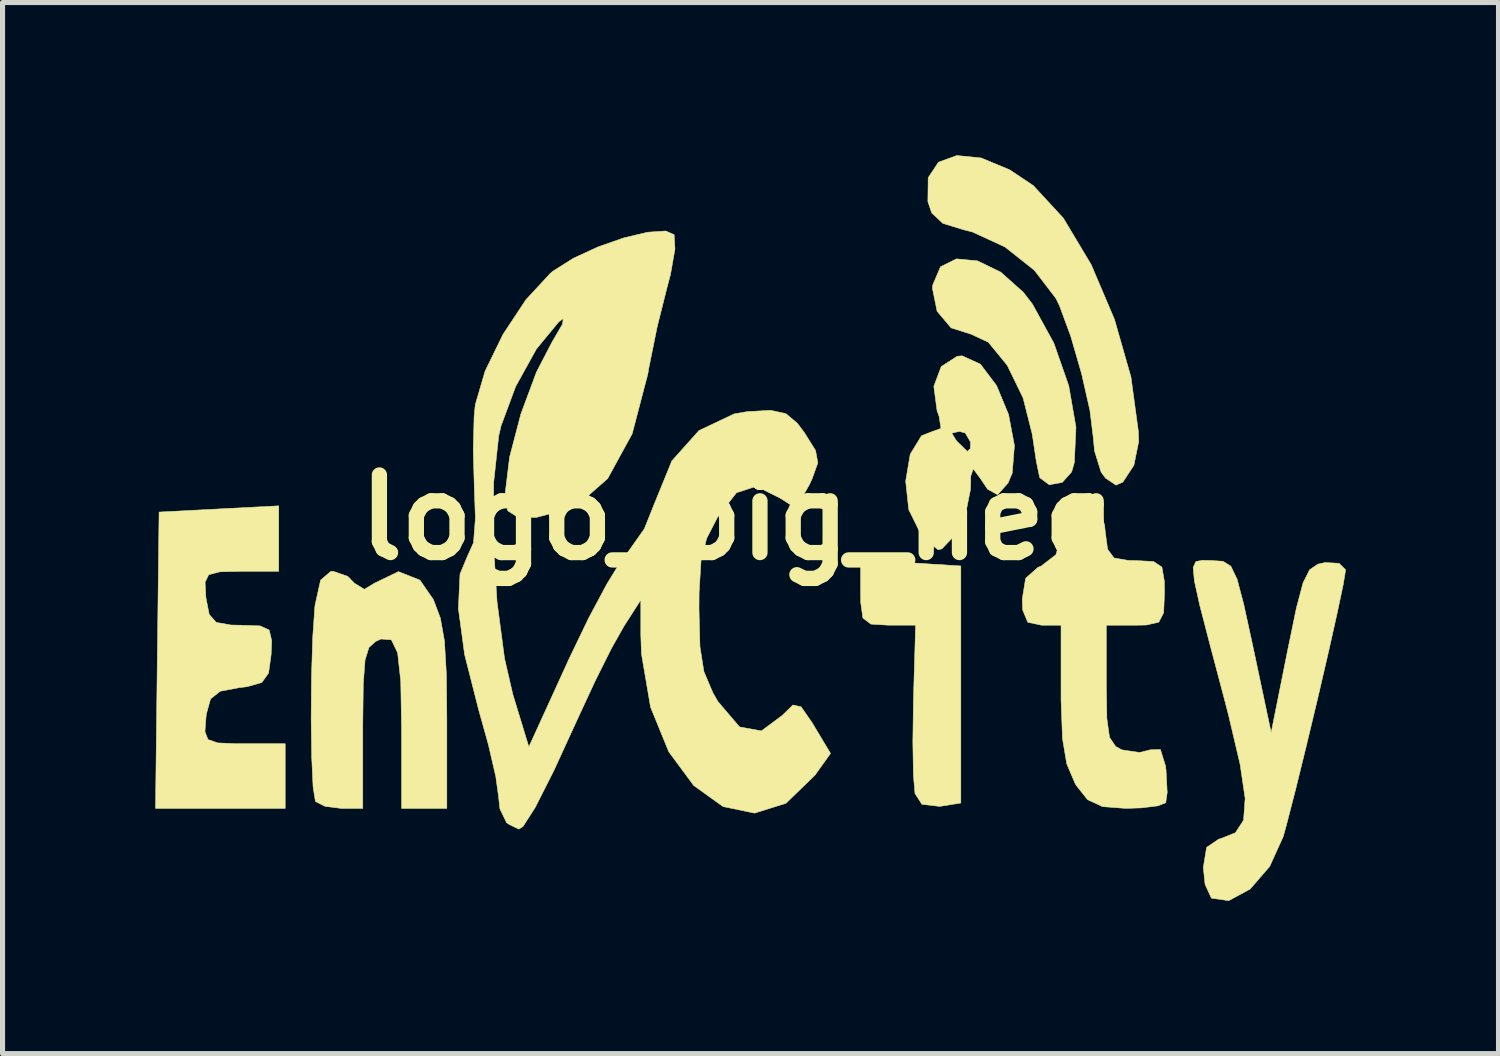
<source format=kicad_pcb>
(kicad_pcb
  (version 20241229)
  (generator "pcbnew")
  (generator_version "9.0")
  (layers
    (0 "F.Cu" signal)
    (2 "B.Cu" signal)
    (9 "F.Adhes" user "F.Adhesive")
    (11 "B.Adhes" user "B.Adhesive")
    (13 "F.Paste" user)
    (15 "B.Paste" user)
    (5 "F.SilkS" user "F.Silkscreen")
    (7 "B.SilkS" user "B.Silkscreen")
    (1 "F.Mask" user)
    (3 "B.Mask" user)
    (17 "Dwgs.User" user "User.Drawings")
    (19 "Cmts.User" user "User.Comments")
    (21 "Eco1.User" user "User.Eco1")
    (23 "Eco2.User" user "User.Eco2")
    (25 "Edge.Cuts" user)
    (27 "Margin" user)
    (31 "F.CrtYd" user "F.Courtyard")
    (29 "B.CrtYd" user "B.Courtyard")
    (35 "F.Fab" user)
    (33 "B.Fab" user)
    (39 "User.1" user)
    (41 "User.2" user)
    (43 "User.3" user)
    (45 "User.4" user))
  (footprint "logo_big_neg"
    (layer "F.Cu")
    (at 11.442 7.114)
    (property "Reference" "logo_big_neg" (at 0 0 0) (layer "F.SilkS") (effects (font (size 1.524 1.524) (thickness 0.3))))
    (attr through_hole)
    (fp_poly (pts (xy 3.397 0.891) (xy 4.381 0.953) (xy 4.381 5.609) (xy 3.968 5.676) (xy 3.617 5.635) (xy 3.481 5.423) (xy 3.45 5.061) (xy 3.439 4.415) (xy 3.45 3.624) (xy 3.45 3.61) (xy 3.493 2.116) (xy 2.953 2.116) (xy 2.614 2.095) (xy 2.458 1.976) (xy 2.415 1.673) (xy 2.413 1.473) (xy 2.413 0.829) (xy 3.397 0.891)) (stroke (width 0.01) (type solid)) (fill yes) (layer "F.SilkS"))
    (fp_poly (pts (xy 4.709 -5.04) (xy 5.166 -4.818) (xy 5.607 -4.425) (xy 5.788 -4.191) (xy 6.208 -3.425) (xy 6.501 -2.586) (xy 6.643 -1.771) (xy 6.611 -1.08) (xy 6.558 -0.894) (xy 6.373 -0.688) (xy 6.117 -0.642) (xy 5.934 -0.779) (xy 5.928 -0.794) (xy 5.865 -1.095) (xy 5.788 -1.608) (xy 5.783 -1.641) (xy 5.604 -2.349) (xy 5.293 -2.988) (xy 4.921 -3.442) (xy 4.587 -3.598) (xy 4.19 -3.724) (xy 3.915 -4.05) (xy 3.824 -4.497) (xy 3.829 -4.565) (xy 3.982 -4.924) (xy 4.295 -5.079) (xy 4.709 -5.04)) (stroke (width 0.01) (type solid)) (fill yes) (layer "F.SilkS"))
    (fp_poly (pts (xy 4.781 -7.061) (xy 5.34 -6.829) (xy 5.806 -6.518) (xy 6.396 -5.878) (xy 6.942 -4.966) (xy 7.399 -3.891) (xy 7.723 -2.759) (xy 7.87 -1.678) (xy 7.874 -1.486) (xy 7.781 -1.026) (xy 7.565 -0.695) (xy 7.429 -0.635) (xy 7.225 -0.771) (xy 7.137 -0.889) (xy 7.008 -1.304) (xy 6.982 -1.577) (xy 6.917 -2.103) (xy 6.755 -2.818) (xy 6.541 -3.557) (xy 6.319 -4.159) (xy 6.248 -4.305) (xy 5.826 -4.855) (xy 5.248 -5.313) (xy 4.608 -5.608) (xy 4.439 -5.65) (xy 4.029 -5.776) (xy 3.81 -5.98) (xy 3.734 -6.204) (xy 3.74 -6.674) (xy 3.942 -6.978) (xy 4.302 -7.109) (xy 4.781 -7.061)) (stroke (width 0.01) (type solid)) (fill yes) (layer "F.SilkS"))
    (fp_poly (pts (xy -9.017 1.058) (xy -9.761 1.058) (xy -10.176 1.068) (xy -10.392 1.125) (xy -10.464 1.273) (xy -10.449 1.554) (xy -10.445 1.587) (xy -10.383 1.905) (xy -10.244 2.062) (xy -9.956 2.113) (xy -9.756 2.117) (xy -9.383 2.13) (xy -9.204 2.212) (xy -9.155 2.422) (xy -9.167 2.699) (xy -9.217 3.058) (xy -9.349 3.242) (xy -9.635 3.324) (xy -9.797 3.344) (xy -10.167 3.414) (xy -10.356 3.564) (xy -10.438 3.858) (xy -10.446 3.927) (xy -10.466 4.207) (xy -10.407 4.362) (xy -10.215 4.429) (xy -9.838 4.445) (xy -9.698 4.445) (xy -8.89 4.445) (xy -8.89 5.715) (xy -11.437 5.715) (xy -11.367 -0.106) (xy -10.192 -0.167) (xy -9.017 -0.228) (xy -9.017 1.058)) (stroke (width 0.01) (type solid)) (fill yes) (layer "F.SilkS"))
    (fp_poly (pts (xy -7.66 1.158) (xy -7.532 1.29) (xy -7.335 1.412) (xy -7.134 1.29) (xy -6.665 1.064) (xy -6.243 1.232) (xy -5.978 1.616) (xy -5.842 1.977) (xy -5.762 2.426) (xy -5.724 3.078) (xy -5.715 3.944) (xy -5.715 5.715) (xy -6.604 5.715) (xy -6.604 4.14) (xy -6.62 3.219) (xy -6.681 2.66) (xy -6.805 2.403) (xy -7.008 2.388) (xy -7.113 2.435) (xy -7.244 2.553) (xy -7.321 2.797) (xy -7.356 3.264) (xy -7.366 4.049) (xy -7.366 4.142) (xy -7.366 5.715) (xy -7.789 5.715) (xy -8.103 5.676) (xy -8.292 5.582) (xy -8.297 5.574) (xy -8.342 5.295) (xy -8.369 4.714) (xy -8.38 3.95) (xy -8.373 3.123) (xy -8.349 2.355) (xy -8.308 1.763) (xy -8.303 1.72) (xy -8.194 1.23) (xy -7.997 1.062) (xy -7.947 1.058) (xy -7.66 1.158)) (stroke (width 0.01) (type solid)) (fill yes) (layer "F.SilkS"))
    (fp_poly (pts (xy 4.766 -3.011) (xy 5.083 -2.591) (xy 5.319 -2.022) (xy 5.434 -1.413) (xy 5.391 -0.871) (xy 5.309 -0.677) (xy 5.104 -0.446) (xy 4.906 -0.555) (xy 4.772 -0.756) (xy 4.625 -0.955) (xy 4.576 -0.812) (xy 4.572 -0.556) (xy 4.48 -0.096) (xy 4.263 0.35) (xy 4.01 0.616) (xy 3.937 0.635) (xy 3.792 0.526) (xy 3.584 0.305) (xy 3.358 -0.155) (xy 3.298 -0.714) (xy 3.387 -1.241) (xy 3.609 -1.605) (xy 3.738 -1.655) (xy 4.203 -1.655) (xy 4.294 -1.508) (xy 4.318 -1.482) (xy 4.509 -1.297) (xy 4.568 -1.352) (xy 4.572 -1.482) (xy 4.467 -1.66) (xy 4.35 -1.69) (xy 4.203 -1.655) (xy 3.738 -1.655) (xy 3.836 -1.693) (xy 3.991 -1.748) (xy 3.955 -1.985) (xy 3.914 -2.099) (xy 3.851 -2.576) (xy 3.997 -2.964) (xy 4.307 -3.165) (xy 4.407 -3.175) (xy 4.766 -3.011)) (stroke (width 0.01) (type solid)) (fill yes) (layer "F.SilkS"))
    (fp_poly (pts (xy 9.311 0.847) (xy 9.532 0.861) (xy 9.685 0.957) (xy 9.808 1.214) (xy 9.939 1.71) (xy 10.117 2.527) (xy 10.119 2.537) (xy 10.477 4.227) (xy 10.805 2.59) (xy 10.973 1.778) (xy 11.103 1.286) (xy 11.232 1.028) (xy 11.394 0.918) (xy 11.535 0.886) (xy 11.811 0.901) (xy 11.937 1.026) (xy 11.938 1.041) (xy 11.893 1.314) (xy 11.772 1.887) (xy 11.597 2.667) (xy 11.389 3.563) (xy 11.169 4.481) (xy 10.96 5.332) (xy 10.782 6.022) (xy 10.715 6.266) (xy 10.448 6.856) (xy 10.062 7.301) (xy 9.644 7.527) (xy 9.303 7.478) (xy 9.179 7.208) (xy 9.144 6.876) (xy 9.209 6.481) (xy 9.449 6.318) (xy 9.48 6.311) (xy 9.774 6.194) (xy 9.935 5.948) (xy 9.966 5.519) (xy 9.867 4.849) (xy 9.64 3.884) (xy 9.552 3.545) (xy 9.267 2.468) (xy 9.074 1.723) (xy 8.969 1.247) (xy 8.945 0.982) (xy 8.998 0.867) (xy 9.123 0.842) (xy 9.311 0.847)) (stroke (width 0.01) (type solid)) (fill yes) (layer "F.SilkS"))
    (fp_poly (pts (xy 6.825 -0.385) (xy 7.097 -0.234) (xy 7.207 0.163) (xy 7.216 0.265) (xy 7.264 0.626) (xy 7.391 0.796) (xy 7.672 0.845) (xy 7.819 0.847) (xy 8.167 0.866) (xy 8.331 0.975) (xy 8.379 1.254) (xy 8.382 1.482) (xy 8.365 1.872) (xy 8.27 2.057) (xy 8.026 2.113) (xy 7.811 2.117) (xy 7.239 2.117) (xy 7.239 3.277) (xy 7.25 3.953) (xy 7.302 4.321) (xy 7.423 4.499) (xy 7.547 4.566) (xy 7.892 4.617) (xy 8.103 4.564) (xy 8.302 4.559) (xy 8.402 4.882) (xy 8.412 4.963) (xy 8.435 5.403) (xy 8.406 5.604) (xy 8.253 5.665) (xy 7.925 5.705) (xy 7.621 5.715) (xy 7.165 5.68) (xy 6.871 5.544) (xy 6.649 5.265) (xy 6.626 5.225) (xy 6.462 4.841) (xy 6.378 4.341) (xy 6.35 3.584) (xy 6.35 3.426) (xy 6.35 2.117) (xy 5.969 2.117) (xy 5.696 2.059) (xy 5.596 1.817) (xy 5.588 1.604) (xy 5.654 1.195) (xy 5.895 0.981) (xy 5.955 0.958) (xy 6.249 0.732) (xy 6.389 0.254) (xy 6.398 0.186) (xy 6.486 -0.26) (xy 6.657 -0.399) (xy 6.825 -0.385)) (stroke (width 0.01) (type solid)) (fill yes) (layer "F.SilkS"))
    (fp_poly (pts (xy -1.25 -5.554) (xy -1.234 -5.272) (xy -1.322 -4.772) (xy -1.384 -4.539) (xy -1.581 -3.755) (xy -1.75 -2.923) (xy -1.768 -2.814) (xy -2.075 -1.642) (xy -2.556 -0.763) (xy -3.191 -0.206) (xy -3.954 -0.001) (xy -3.996 0) (xy -4.352 -0.024) (xy -4.52 -0.132) (xy -4.568 -0.379) (xy -4.569 -0.476) (xy -4.482 -1.186) (xy -4.261 -2.031) (xy -3.954 -2.856) (xy -3.652 -3.439) (xy -3.444 -3.795) (xy -3.427 -3.905) (xy -3.513 -3.846) (xy -3.954 -3.311) (xy -4.362 -2.575) (xy -4.65 -1.8) (xy -4.696 -1.602) (xy -4.795 -0.689) (xy -4.803 0.452) (xy -4.729 1.658) (xy -4.582 2.769) (xy -4.419 3.475) (xy -4.104 4.507) (xy -3.304 2.756) (xy -2.93 1.979) (xy -2.569 1.303) (xy -2.273 0.822) (xy -2.144 0.661) (xy -1.836 0.225) (xy -1.635 -0.277) (xy -1.295 -1.111) (xy -0.763 -1.706) (xy -0.072 -2.034) (xy 0.183 -2.078) (xy 0.645 -2.104) (xy 0.945 -2.039) (xy 1.171 -1.849) (xy 1.31 -1.663) (xy 1.528 -1.315) (xy 1.572 -1.072) (xy 1.459 -0.757) (xy 1.407 -0.645) (xy 1.21 -0.298) (xy 1.019 -0.26) (xy 0.831 -0.38) (xy 0.364 -0.612) (xy -0.026 -0.485) (xy -0.391 -0.016) (xy -0.611 0.41) (xy -0.722 0.85) (xy -0.76 1.475) (xy -0.762 1.799) (xy -0.743 2.54) (xy -0.665 3.03) (xy -0.49 3.442) (xy -0.391 3.615) (xy 0.035 4.115) (xy 0.464 4.193) (xy 0.873 3.889) (xy 1.083 3.684) (xy 1.244 3.72) (xy 1.459 4.03) (xy 1.495 4.09) (xy 1.822 4.635) (xy 1.514 5.065) (xy 0.946 5.615) (xy 0.329 5.808) (xy -0.29 5.679) (xy -0.866 5.265) (xy -1.356 4.602) (xy -1.713 3.728) (xy -1.892 2.678) (xy -1.905 2.298) (xy -1.905 1.62) (xy -2.234 2.133) (xy -2.477 2.564) (xy -2.797 3.203) (xy -3.126 3.912) (xy -3.128 3.916) (xy -3.615 4.978) (xy -3.98 5.699) (xy -4.219 6.07) (xy -4.3 6.122) (xy -4.481 6.036) (xy -4.54 5.998) (xy -4.673 5.723) (xy -4.699 5.48) (xy -4.754 5.087) (xy -4.899 4.461) (xy -5.093 3.766) (xy -5.366 2.692) (xy -5.488 1.789) (xy -5.456 1.112) (xy -5.312 0.765) (xy -5.191 0.497) (xy -5.154 0.019) (xy -5.175 -0.575) (xy -5.196 -1.325) (xy -5.179 -1.986) (xy -5.156 -2.216) (xy -4.964 -2.873) (xy -4.611 -3.597) (xy -4.162 -4.276) (xy -3.684 -4.793) (xy -3.626 -4.841) (xy -3.23 -5.091) (xy -2.744 -5.315) (xy -2.234 -5.493) (xy -1.769 -5.603) (xy -1.416 -5.627) (xy -1.25 -5.554)) (stroke (width 0.01) (type solid)) (fill yes) (layer "F.SilkS")))
  (gr_rect
    (start -3 -3)
    (end 26.385 17.646)
    (stroke (width 0.1) (type default))
    (fill no)
    (layer "Edge.Cuts")))
</source>
